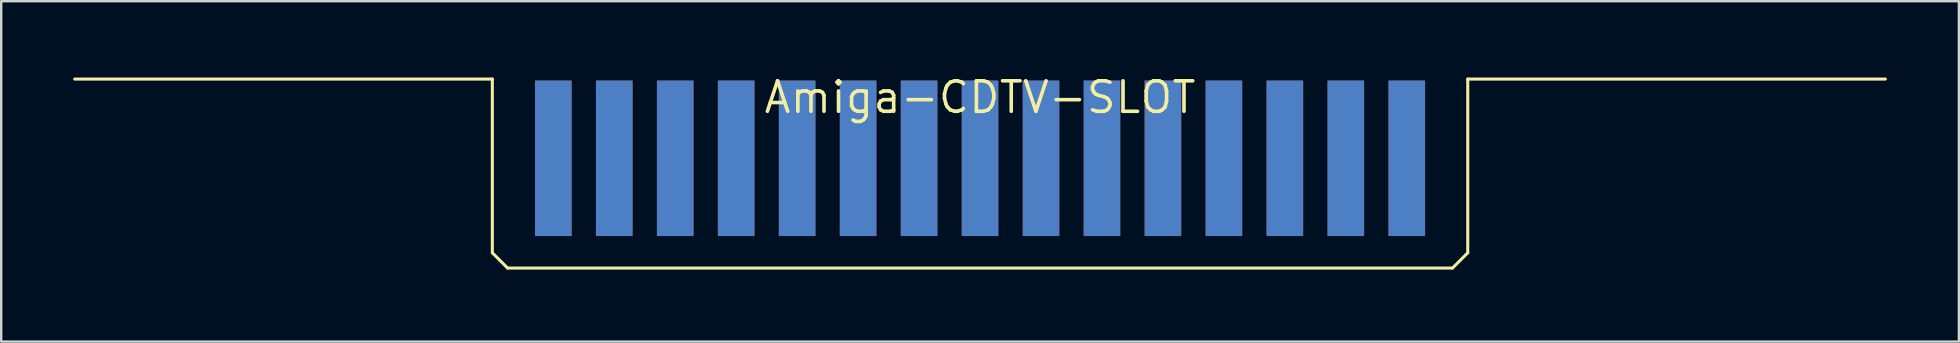
<source format=kicad_pcb>
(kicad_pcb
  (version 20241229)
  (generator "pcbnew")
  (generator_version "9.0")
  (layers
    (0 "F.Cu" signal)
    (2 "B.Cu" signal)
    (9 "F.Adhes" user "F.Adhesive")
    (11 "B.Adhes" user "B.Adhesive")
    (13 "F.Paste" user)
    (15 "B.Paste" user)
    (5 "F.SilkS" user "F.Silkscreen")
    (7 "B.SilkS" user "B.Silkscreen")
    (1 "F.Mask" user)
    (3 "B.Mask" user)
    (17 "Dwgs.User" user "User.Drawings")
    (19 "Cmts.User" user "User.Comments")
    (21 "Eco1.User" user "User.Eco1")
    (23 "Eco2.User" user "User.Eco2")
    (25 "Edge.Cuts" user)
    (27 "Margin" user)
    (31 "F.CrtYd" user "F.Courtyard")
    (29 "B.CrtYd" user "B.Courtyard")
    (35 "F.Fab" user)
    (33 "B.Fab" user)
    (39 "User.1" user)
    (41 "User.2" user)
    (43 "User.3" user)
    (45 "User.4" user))
  (footprint "Amiga-CDTV-SLOT"
    (layer "F.Cu")
    (at 37.782 1.006)
    (property "Reference" "Amiga-CDTV-SLOT" (at 0 0 0) (layer "F.SilkS") (effects (font (size 1.27 1.27) (thickness 0.15))))
    (attr smd)
    (fp_line (start -37.719 -0.762) (end -20.32 -0.762) (stroke (width 0.127) (type solid)) (layer "F.SilkS"))
    (fp_line (start -20.32 -0.762) (end -20.32 6.477) (stroke (width 0.127) (type solid)) (layer "F.SilkS"))
    (fp_line (start -20.32 6.477) (end -19.685 7.112) (stroke (width 0.127) (type solid)) (layer "F.SilkS"))
    (fp_line (start -19.685 7.112) (end 19.685 7.112) (stroke (width 0.127) (type solid)) (layer "F.SilkS"))
    (fp_line (start 19.685 7.112) (end 20.32 6.477) (stroke (width 0.127) (type solid)) (layer "F.SilkS"))
    (fp_line (start 20.32 -0.762) (end 37.719 -0.762) (stroke (width 0.127) (type solid)) (layer "F.SilkS"))
    (fp_line (start 20.32 6.477) (end 20.32 -0.762) (stroke (width 0.127) (type solid)) (layer "F.SilkS"))
    (pad "P1" smd rect (at -17.78 2.54) (size 1.524 6.477) (layers "F.Cu" "F.Mask" "F.Paste"))
    (pad "P2" smd rect (at -17.78 2.54 180) (size 1.524 6.477) (layers "B.Cu" "B.Mask"))
    (pad "P3" smd rect (at -15.24 2.54 180) (size 1.524 6.477) (layers "F.Cu" "F.Mask" "F.Paste"))
    (pad "P4" smd rect (at -15.24 2.54 180) (size 1.524 6.477) (layers "B.Cu" "B.Mask"))
    (pad "P5" smd rect (at -12.7 2.54) (size 1.524 6.477) (layers "F.Cu" "F.Mask" "F.Paste"))
    (pad "P6" smd rect (at -12.7 2.54) (size 1.524 6.477) (layers "B.Cu" "B.Mask"))
    (pad "P7" smd rect (at -10.16 2.54) (size 1.524 6.477) (layers "F.Cu" "F.Mask" "F.Paste"))
    (pad "P8" smd rect (at -10.16 2.54) (size 1.524 6.477) (layers "B.Cu" "B.Mask"))
    (pad "P9" smd rect (at -7.62 2.54) (size 1.524 6.477) (layers "F.Cu" "F.Mask" "F.Paste"))
    (pad "P10" smd rect (at -7.62 2.54) (size 1.524 6.477) (layers "B.Cu" "B.Mask"))
    (pad "P11" smd rect (at -5.08 2.54) (size 1.524 6.477) (layers "F.Cu" "F.Mask" "F.Paste"))
    (pad "P12" smd rect (at -5.08 2.54) (size 1.524 6.477) (layers "B.Cu" "B.Mask"))
    (pad "P13" smd rect (at -2.54 2.54) (size 1.524 6.477) (layers "F.Cu" "F.Mask" "F.Paste"))
    (pad "P14" smd rect (at -2.54 2.54) (size 1.524 6.477) (layers "B.Cu" "B.Mask"))
    (pad "P15" smd rect (at 0 2.54) (size 1.524 6.477) (layers "F.Cu" "F.Mask" "F.Paste"))
    (pad "P16" smd rect (at 0 2.54) (size 1.524 6.477) (layers "B.Cu" "B.Mask"))
    (pad "P17" smd rect (at 2.54 2.54) (size 1.524 6.477) (layers "F.Cu" "F.Mask" "F.Paste"))
    (pad "P18" smd rect (at 2.54 2.54) (size 1.524 6.477) (layers "B.Cu" "B.Mask"))
    (pad "P19" smd rect (at 5.08 2.54) (size 1.524 6.477) (layers "F.Cu" "F.Mask" "F.Paste"))
    (pad "P20" smd rect (at 5.08 2.54) (size 1.524 6.477) (layers "B.Cu" "B.Mask"))
    (pad "P21" smd rect (at 7.62 2.54) (size 1.524 6.477) (layers "F.Cu" "F.Mask" "F.Paste"))
    (pad "P22" smd rect (at 7.62 2.54) (size 1.524 6.477) (layers "B.Cu" "B.Mask"))
    (pad "P23" smd rect (at 10.16 2.54) (size 1.524 6.477) (layers "F.Cu" "F.Mask" "F.Paste"))
    (pad "P24" smd rect (at 10.16 2.54) (size 1.524 6.477) (layers "B.Cu" "B.Mask"))
    (pad "P25" smd rect (at 12.7 2.54) (size 1.524 6.477) (layers "F.Cu" "F.Mask" "F.Paste"))
    (pad "P26" smd rect (at 12.7 2.54) (size 1.524 6.477) (layers "B.Cu" "B.Mask"))
    (pad "P27" smd rect (at 15.24 2.54) (size 1.524 6.477) (layers "F.Cu" "F.Mask" "F.Paste"))
    (pad "P28" smd rect (at 15.24 2.54) (size 1.524 6.477) (layers "B.Cu" "B.Mask"))
    (pad "P29" smd rect (at 17.78 2.54 180) (size 1.524 6.477) (layers "F.Cu" "F.Mask" "F.Paste"))
    (pad "P30" smd rect (at 17.78 2.54 180) (size 1.524 6.477) (layers "B.Cu" "B.Mask")))
  (gr_rect
    (start -3 -3)
    (end 78.565 11.182)
    (stroke (width 0.1) (type default))
    (fill no)
    (layer "Edge.Cuts")))
</source>
